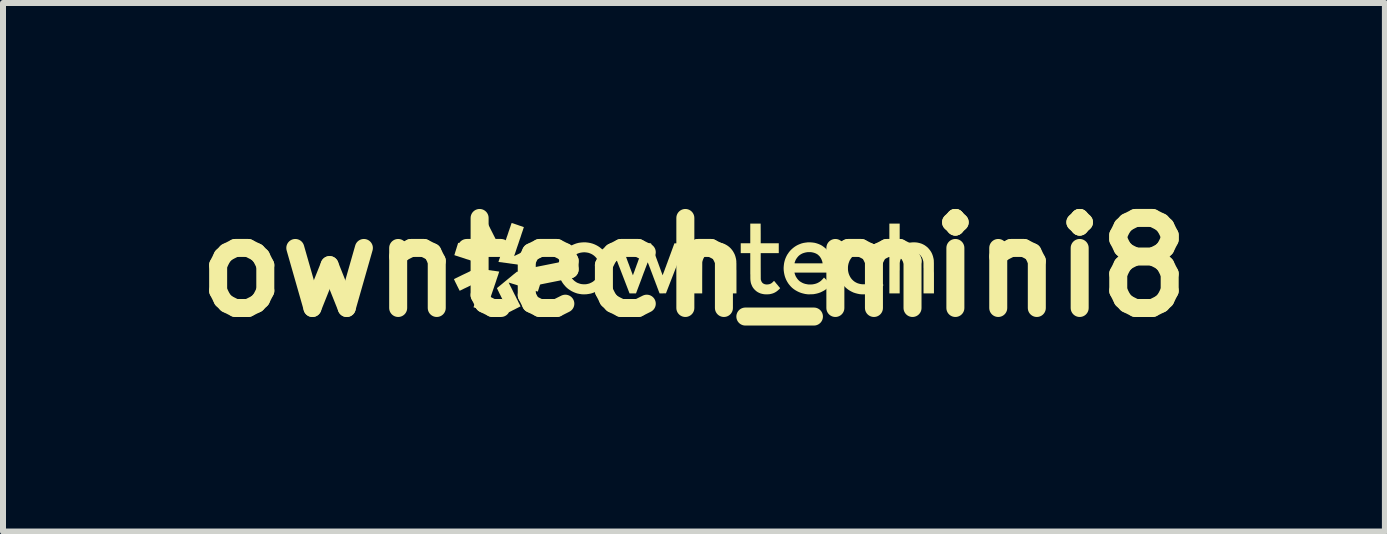
<source format=kicad_pcb>
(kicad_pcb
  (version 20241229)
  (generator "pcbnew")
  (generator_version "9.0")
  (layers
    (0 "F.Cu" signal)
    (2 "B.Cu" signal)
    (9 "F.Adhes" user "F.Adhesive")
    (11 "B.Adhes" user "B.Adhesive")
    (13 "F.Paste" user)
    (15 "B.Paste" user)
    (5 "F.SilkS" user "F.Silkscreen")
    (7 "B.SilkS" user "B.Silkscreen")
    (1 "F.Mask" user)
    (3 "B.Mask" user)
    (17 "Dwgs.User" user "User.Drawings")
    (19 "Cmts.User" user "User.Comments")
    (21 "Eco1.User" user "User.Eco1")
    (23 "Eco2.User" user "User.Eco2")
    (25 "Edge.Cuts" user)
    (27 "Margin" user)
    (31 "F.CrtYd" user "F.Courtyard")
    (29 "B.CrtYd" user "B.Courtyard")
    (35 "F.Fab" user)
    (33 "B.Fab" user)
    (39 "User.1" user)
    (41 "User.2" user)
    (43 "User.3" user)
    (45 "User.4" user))
  (footprint "owntech_mini8"
    (layer "F.Cu")
    (at 8.514 1.404)
    (property "Reference" "owntech_mini8" (at 0 0 0) (layer "F.SilkS") (effects (font (size 1.5 1.5) (thickness 0.3))))
    (attr board_only exclude_from_pos_files exclude_from_bom)
    (fp_poly (pts (xy 1.026 -0.728) (xy 1.112 -0.728) (xy 1.113 -0.564) (xy 1.113 -0.4) (xy 1.263 -0.4) (xy 1.414 -0.4) (xy 1.414 -0.318) (xy 1.414 -0.236) (xy 1.263 -0.236) (xy 1.113 -0.236) (xy 1.113 -0.018) (xy 1.114 0.201) (xy 1.117 0.213) (xy 1.123 0.23) (xy 1.13 0.245) (xy 1.14 0.258) (xy 1.151 0.268) (xy 1.165 0.276) (xy 1.18 0.282) (xy 1.184 0.283) (xy 1.201 0.286) (xy 1.22 0.287) (xy 1.238 0.285) (xy 1.256 0.282) (xy 1.273 0.276) (xy 1.279 0.273) (xy 1.29 0.267) (xy 1.3 0.26) (xy 1.31 0.251) (xy 1.321 0.24) (xy 1.321 0.24) (xy 1.326 0.235) (xy 1.33 0.231) (xy 1.334 0.228) (xy 1.335 0.226) (xy 1.335 0.226) (xy 1.336 0.227) (xy 1.339 0.23) (xy 1.343 0.235) (xy 1.349 0.242) (xy 1.356 0.25) (xy 1.363 0.259) (xy 1.372 0.27) (xy 1.381 0.281) (xy 1.385 0.285) (xy 1.394 0.296) (xy 1.403 0.307) (xy 1.411 0.317) (xy 1.418 0.326) (xy 1.425 0.333) (xy 1.43 0.339) (xy 1.433 0.344) (xy 1.435 0.346) (xy 1.435 0.346) (xy 1.436 0.347) (xy 1.436 0.349) (xy 1.435 0.351) (xy 1.433 0.353) (xy 1.429 0.357) (xy 1.424 0.363) (xy 1.422 0.365) (xy 1.4 0.385) (xy 1.379 0.402) (xy 1.357 0.416) (xy 1.334 0.428) (xy 1.31 0.437) (xy 1.284 0.444) (xy 1.257 0.449) (xy 1.252 0.45) (xy 1.245 0.45) (xy 1.237 0.45) (xy 1.227 0.451) (xy 1.216 0.451) (xy 1.205 0.451) (xy 1.194 0.451) (xy 1.183 0.45) (xy 1.175 0.45) (xy 1.168 0.449) (xy 1.168 0.449) (xy 1.14 0.444) (xy 1.113 0.437) (xy 1.088 0.427) (xy 1.064 0.415) (xy 1.043 0.401) (xy 1.023 0.384) (xy 1.005 0.366) (xy 0.988 0.345) (xy 0.974 0.323) (xy 0.963 0.299) (xy 0.953 0.274) (xy 0.946 0.247) (xy 0.945 0.236) (xy 0.944 0.232) (xy 0.943 0.228) (xy 0.943 0.224) (xy 0.942 0.219) (xy 0.942 0.214) (xy 0.941 0.209) (xy 0.941 0.203) (xy 0.941 0.195) (xy 0.94 0.187) (xy 0.94 0.178) (xy 0.94 0.167) (xy 0.94 0.155) (xy 0.94 0.141) (xy 0.94 0.125) (xy 0.939 0.108) (xy 0.939 0.088) (xy 0.939 0.066) (xy 0.939 0.041) (xy 0.939 0.014) (xy 0.939 -0.015) (xy 0.939 -0.022) (xy 0.939 -0.236) (xy 0.86 -0.236) (xy 0.78 -0.236) (xy 0.78 -0.318) (xy 0.78 -0.4) (xy 0.86 -0.4) (xy 0.939 -0.4) (xy 0.939 -0.564) (xy 0.939 -0.728)) (stroke (width 0) (type solid)) (fill yes) (layer "F.SilkS"))
    (fp_poly (pts (xy 0.388 -0.415) (xy 0.4 -0.415) (xy 0.412 -0.414) (xy 0.422 -0.413) (xy 0.432 -0.411) (xy 0.443 -0.409) (xy 0.455 -0.406) (xy 0.46 -0.405) (xy 0.489 -0.396) (xy 0.516 -0.385) (xy 0.542 -0.371) (xy 0.567 -0.355) (xy 0.59 -0.337) (xy 0.612 -0.316) (xy 0.631 -0.294) (xy 0.649 -0.27) (xy 0.664 -0.244) (xy 0.678 -0.217) (xy 0.689 -0.188) (xy 0.697 -0.158) (xy 0.703 -0.133) (xy 0.703 -0.129) (xy 0.704 -0.124) (xy 0.705 -0.12) (xy 0.705 -0.115) (xy 0.706 -0.11) (xy 0.706 -0.105) (xy 0.707 -0.099) (xy 0.707 -0.091) (xy 0.707 -0.083) (xy 0.707 -0.074) (xy 0.708 -0.064) (xy 0.708 -0.052) (xy 0.708 -0.039) (xy 0.708 -0.024) (xy 0.708 -0.008) (xy 0.708 0.011) (xy 0.708 0.032) (xy 0.709 0.054) (xy 0.709 0.079) (xy 0.709 0.107) (xy 0.709 0.137) (xy 0.709 0.17) (xy 0.709 0.18) (xy 0.709 0.435) (xy 0.622 0.435) (xy 0.535 0.435) (xy 0.535 0.177) (xy 0.534 0.145) (xy 0.534 0.115) (xy 0.534 0.089) (xy 0.534 0.064) (xy 0.534 0.043) (xy 0.534 0.023) (xy 0.534 0.005) (xy 0.534 -0.01) (xy 0.534 -0.024) (xy 0.534 -0.036) (xy 0.534 -0.046) (xy 0.534 -0.055) (xy 0.534 -0.063) (xy 0.533 -0.069) (xy 0.533 -0.075) (xy 0.533 -0.079) (xy 0.533 -0.083) (xy 0.533 -0.086) (xy 0.532 -0.089) (xy 0.532 -0.091) (xy 0.532 -0.093) (xy 0.531 -0.095) (xy 0.531 -0.097) (xy 0.525 -0.122) (xy 0.517 -0.144) (xy 0.506 -0.165) (xy 0.494 -0.184) (xy 0.48 -0.2) (xy 0.464 -0.215) (xy 0.445 -0.227) (xy 0.425 -0.237) (xy 0.404 -0.245) (xy 0.38 -0.25) (xy 0.378 -0.25) (xy 0.369 -0.251) (xy 0.359 -0.252) (xy 0.347 -0.252) (xy 0.335 -0.253) (xy 0.324 -0.252) (xy 0.314 -0.252) (xy 0.309 -0.251) (xy 0.284 -0.246) (xy 0.261 -0.239) (xy 0.239 -0.229) (xy 0.22 -0.218) (xy 0.202 -0.204) (xy 0.186 -0.187) (xy 0.172 -0.169) (xy 0.16 -0.149) (xy 0.151 -0.127) (xy 0.143 -0.103) (xy 0.142 -0.098) (xy 0.139 -0.084) (xy 0.138 0.176) (xy 0.138 0.435) (xy 0.052 0.435) (xy -0.034 0.435) (xy -0.034 0.018) (xy -0.034 -0.4) (xy 0.052 -0.4) (xy 0.138 -0.4) (xy 0.138 -0.366) (xy 0.138 -0.331) (xy 0.148 -0.34) (xy 0.167 -0.354) (xy 0.189 -0.368) (xy 0.212 -0.38) (xy 0.236 -0.391) (xy 0.26 -0.399) (xy 0.285 -0.406) (xy 0.292 -0.408) (xy 0.304 -0.41) (xy 0.314 -0.412) (xy 0.324 -0.413) (xy 0.334 -0.414) (xy 0.344 -0.415) (xy 0.356 -0.415) (xy 0.37 -0.415) (xy 0.373 -0.415)) (stroke (width 0) (type solid)) (fill yes) (layer "F.SilkS"))
    (fp_poly (pts (xy 3.429 -0.53) (xy 3.429 -0.331) (xy 3.44 -0.34) (xy 3.458 -0.354) (xy 3.479 -0.367) (xy 3.501 -0.379) (xy 3.525 -0.39) (xy 3.548 -0.399) (xy 3.572 -0.405) (xy 3.578 -0.407) (xy 3.609 -0.412) (xy 3.641 -0.415) (xy 3.673 -0.416) (xy 3.705 -0.414) (xy 3.732 -0.41) (xy 3.762 -0.403) (xy 3.791 -0.394) (xy 3.818 -0.382) (xy 3.844 -0.368) (xy 3.868 -0.351) (xy 3.891 -0.333) (xy 3.911 -0.312) (xy 3.93 -0.289) (xy 3.947 -0.265) (xy 3.962 -0.239) (xy 3.974 -0.211) (xy 3.984 -0.182) (xy 3.991 -0.152) (xy 3.992 -0.148) (xy 3.993 -0.144) (xy 3.994 -0.14) (xy 3.995 -0.136) (xy 3.995 -0.132) (xy 3.996 -0.129) (xy 3.996 -0.124) (xy 3.997 -0.12) (xy 3.997 -0.114) (xy 3.998 -0.109) (xy 3.998 -0.102) (xy 3.998 -0.094) (xy 3.998 -0.085) (xy 3.999 -0.075) (xy 3.999 -0.064) (xy 3.999 -0.051) (xy 3.999 -0.036) (xy 3.999 -0.02) (xy 3.999 -0.001) (xy 3.999 0.019) (xy 3.999 0.042) (xy 3.999 0.067) (xy 4 0.094) (xy 4 0.124) (xy 4 0.157) (xy 4 0.165) (xy 4 0.435) (xy 3.913 0.435) (xy 3.826 0.435) (xy 3.826 0.176) (xy 3.826 0.144) (xy 3.826 0.114) (xy 3.826 0.087) (xy 3.826 0.063) (xy 3.826 0.041) (xy 3.826 0.021) (xy 3.825 0.003) (xy 3.825 -0.013) (xy 3.825 -0.027) (xy 3.825 -0.039) (xy 3.825 -0.049) (xy 3.825 -0.058) (xy 3.825 -0.066) (xy 3.825 -0.072) (xy 3.824 -0.078) (xy 3.824 -0.082) (xy 3.824 -0.086) (xy 3.824 -0.089) (xy 3.824 -0.091) (xy 3.823 -0.093) (xy 3.823 -0.095) (xy 3.817 -0.12) (xy 3.809 -0.143) (xy 3.799 -0.164) (xy 3.787 -0.182) (xy 3.773 -0.199) (xy 3.757 -0.213) (xy 3.739 -0.225) (xy 3.725 -0.233) (xy 3.707 -0.24) (xy 3.69 -0.246) (xy 3.672 -0.25) (xy 3.652 -0.252) (xy 3.632 -0.253) (xy 3.607 -0.251) (xy 3.584 -0.248) (xy 3.561 -0.242) (xy 3.54 -0.234) (xy 3.52 -0.223) (xy 3.514 -0.22) (xy 3.505 -0.213) (xy 3.496 -0.205) (xy 3.486 -0.195) (xy 3.476 -0.185) (xy 3.468 -0.175) (xy 3.461 -0.166) (xy 3.46 -0.165) (xy 3.449 -0.144) (xy 3.441 -0.123) (xy 3.434 -0.1) (xy 3.431 -0.08) (xy 3.431 -0.076) (xy 3.43 -0.071) (xy 3.43 -0.063) (xy 3.43 -0.052) (xy 3.43 -0.039) (xy 3.43 -0.024) (xy 3.43 -0.006) (xy 3.43 0.015) (xy 3.43 0.039) (xy 3.429 0.065) (xy 3.429 0.094) (xy 3.429 0.125) (xy 3.429 0.16) (xy 3.429 0.184) (xy 3.429 0.435) (xy 3.343 0.435) (xy 3.257 0.435) (xy 3.257 -0.147) (xy 3.257 -0.728) (xy 3.343 -0.728) (xy 3.429 -0.728)) (stroke (width 0) (type solid)) (fill yes) (layer "F.SilkS"))
    (fp_poly (pts (xy -1.798 -0.415) (xy -1.763 -0.411) (xy -1.729 -0.405) (xy -1.696 -0.396) (xy -1.689 -0.394) (xy -1.657 -0.382) (xy -1.625 -0.367) (xy -1.595 -0.35) (xy -1.567 -0.331) (xy -1.54 -0.309) (xy -1.516 -0.286) (xy -1.493 -0.261) (xy -1.473 -0.234) (xy -1.454 -0.206) (xy -1.438 -0.176) (xy -1.425 -0.145) (xy -1.414 -0.112) (xy -1.405 -0.079) (xy -1.402 -0.063) (xy -1.398 -0.032) (xy -1.396 0.001) (xy -1.396 0.033) (xy -1.398 0.065) (xy -1.403 0.096) (xy -1.404 0.105) (xy -1.413 0.14) (xy -1.424 0.173) (xy -1.437 0.206) (xy -1.453 0.236) (xy -1.471 0.266) (xy -1.492 0.293) (xy -1.515 0.319) (xy -1.54 0.343) (xy -1.566 0.365) (xy -1.586 0.379) (xy -1.616 0.398) (xy -1.647 0.413) (xy -1.68 0.426) (xy -1.714 0.437) (xy -1.749 0.444) (xy -1.785 0.449) (xy -1.786 0.45) (xy -1.793 0.45) (xy -1.803 0.45) (xy -1.814 0.451) (xy -1.827 0.451) (xy -1.839 0.451) (xy -1.851 0.451) (xy -1.862 0.45) (xy -1.871 0.45) (xy -1.875 0.449) (xy -1.909 0.444) (xy -1.943 0.437) (xy -1.976 0.426) (xy -2.008 0.413) (xy -2.038 0.398) (xy -2.067 0.38) (xy -2.095 0.361) (xy -2.121 0.339) (xy -2.145 0.315) (xy -2.167 0.289) (xy -2.188 0.261) (xy -2.206 0.231) (xy -2.222 0.2) (xy -2.231 0.177) (xy -2.24 0.155) (xy -2.247 0.132) (xy -2.252 0.109) (xy -2.257 0.085) (xy -2.258 0.08) (xy -2.259 0.068) (xy -2.26 0.054) (xy -2.261 0.038) (xy -2.261 0.022) (xy -2.261 0.018) (xy -2.085 0.018) (xy -2.084 0.046) (xy -2.08 0.073) (xy -2.073 0.1) (xy -2.064 0.126) (xy -2.055 0.148) (xy -2.043 0.169) (xy -2.028 0.19) (xy -2.011 0.209) (xy -1.992 0.227) (xy -1.971 0.242) (xy -1.952 0.254) (xy -1.938 0.261) (xy -1.921 0.267) (xy -1.904 0.273) (xy -1.886 0.278) (xy -1.869 0.281) (xy -1.865 0.281) (xy -1.858 0.282) (xy -1.849 0.283) (xy -1.838 0.283) (xy -1.827 0.283) (xy -1.816 0.283) (xy -1.806 0.283) (xy -1.798 0.282) (xy -1.795 0.282) (xy -1.783 0.28) (xy -1.77 0.277) (xy -1.756 0.274) (xy -1.743 0.27) (xy -1.732 0.266) (xy -1.731 0.265) (xy -1.707 0.254) (xy -1.684 0.241) (xy -1.664 0.225) (xy -1.644 0.207) (xy -1.627 0.187) (xy -1.612 0.165) (xy -1.601 0.146) (xy -1.59 0.121) (xy -1.582 0.097) (xy -1.576 0.072) (xy -1.572 0.045) (xy -1.571 0.035) (xy -1.571 0.006) (xy -1.573 -0.022) (xy -1.578 -0.05) (xy -1.585 -0.077) (xy -1.595 -0.103) (xy -1.6 -0.112) (xy -1.613 -0.136) (xy -1.628 -0.157) (xy -1.646 -0.177) (xy -1.665 -0.194) (xy -1.686 -0.209) (xy -1.709 -0.222) (xy -1.732 -0.232) (xy -1.758 -0.241) (xy -1.784 -0.246) (xy -1.812 -0.249) (xy -1.829 -0.25) (xy -1.857 -0.248) (xy -1.884 -0.244) (xy -1.91 -0.238) (xy -1.935 -0.229) (xy -1.958 -0.218) (xy -1.98 -0.204) (xy -2 -0.188) (xy -2.018 -0.17) (xy -2.034 -0.15) (xy -2.049 -0.128) (xy -2.056 -0.115) (xy -2.067 -0.09) (xy -2.075 -0.064) (xy -2.081 -0.037) (xy -2.084 -0.01) (xy -2.085 0.018) (xy -2.261 0.018) (xy -2.261 0.006) (xy -2.261 -0.01) (xy -2.26 -0.024) (xy -2.26 -0.034) (xy -2.254 -0.069) (xy -2.246 -0.104) (xy -2.235 -0.137) (xy -2.222 -0.169) (xy -2.206 -0.2) (xy -2.188 -0.229) (xy -2.167 -0.257) (xy -2.144 -0.283) (xy -2.138 -0.29) (xy -2.112 -0.314) (xy -2.084 -0.335) (xy -2.055 -0.354) (xy -2.025 -0.371) (xy -1.993 -0.385) (xy -1.96 -0.397) (xy -1.926 -0.406) (xy -1.903 -0.41) (xy -1.868 -0.414) (xy -1.833 -0.416)) (stroke (width 0) (type solid)) (fill yes) (layer "F.SilkS"))
    (fp_poly (pts (xy 1.947 -0.415) (xy 1.982 -0.412) (xy 2.015 -0.407) (xy 2.048 -0.398) (xy 2.079 -0.387) (xy 2.109 -0.374) (xy 2.138 -0.358) (xy 2.147 -0.351) (xy 2.173 -0.332) (xy 2.198 -0.311) (xy 2.22 -0.287) (xy 2.24 -0.262) (xy 2.258 -0.235) (xy 2.274 -0.206) (xy 2.288 -0.176) (xy 2.299 -0.145) (xy 2.307 -0.112) (xy 2.314 -0.078) (xy 2.315 -0.069) (xy 2.317 -0.052) (xy 2.318 -0.037) (xy 2.318 -0.022) (xy 2.318 -0.007) (xy 2.317 0.009) (xy 2.315 0.026) (xy 2.313 0.044) (xy 2.31 0.064) (xy 2.306 0.088) (xy 1.991 0.089) (xy 1.675 0.089) (xy 1.677 0.095) (xy 1.68 0.106) (xy 1.684 0.119) (xy 1.689 0.132) (xy 1.694 0.145) (xy 1.698 0.153) (xy 1.712 0.176) (xy 1.727 0.197) (xy 1.744 0.216) (xy 1.763 0.233) (xy 1.785 0.247) (xy 1.808 0.26) (xy 1.832 0.27) (xy 1.859 0.278) (xy 1.887 0.283) (xy 1.897 0.285) (xy 1.905 0.286) (xy 1.915 0.286) (xy 1.926 0.286) (xy 1.938 0.286) (xy 1.95 0.286) (xy 1.961 0.286) (xy 1.97 0.285) (xy 1.977 0.285) (xy 2.005 0.28) (xy 2.032 0.273) (xy 2.056 0.264) (xy 2.079 0.252) (xy 2.1 0.239) (xy 2.12 0.223) (xy 2.139 0.204) (xy 2.152 0.19) (xy 2.168 0.171) (xy 2.225 0.229) (xy 2.282 0.287) (xy 2.273 0.298) (xy 2.249 0.324) (xy 2.224 0.347) (xy 2.198 0.369) (xy 2.169 0.388) (xy 2.139 0.404) (xy 2.108 0.419) (xy 2.074 0.431) (xy 2.039 0.44) (xy 2.002 0.447) (xy 2 0.448) (xy 1.995 0.448) (xy 1.987 0.449) (xy 1.978 0.449) (xy 1.967 0.45) (xy 1.955 0.45) (xy 1.943 0.45) (xy 1.931 0.451) (xy 1.92 0.451) (xy 1.909 0.451) (xy 1.901 0.451) (xy 1.894 0.45) (xy 1.892 0.45) (xy 1.854 0.445) (xy 1.819 0.437) (xy 1.784 0.427) (xy 1.751 0.414) (xy 1.72 0.399) (xy 1.69 0.382) (xy 1.662 0.363) (xy 1.635 0.341) (xy 1.611 0.317) (xy 1.588 0.29) (xy 1.572 0.269) (xy 1.554 0.24) (xy 1.538 0.21) (xy 1.525 0.179) (xy 1.514 0.147) (xy 1.506 0.114) (xy 1.5 0.081) (xy 1.496 0.047) (xy 1.495 0.013) (xy 1.497 -0.021) (xy 1.501 -0.055) (xy 1.503 -0.068) (xy 1.676 -0.068) (xy 1.676 -0.068) (xy 1.677 -0.068) (xy 1.678 -0.067) (xy 1.679 -0.067) (xy 1.681 -0.067) (xy 1.684 -0.067) (xy 1.688 -0.066) (xy 1.693 -0.066) (xy 1.699 -0.066) (xy 1.707 -0.066) (xy 1.716 -0.066) (xy 1.727 -0.066) (xy 1.739 -0.066) (xy 1.753 -0.066) (xy 1.77 -0.066) (xy 1.788 -0.066) (xy 1.809 -0.066) (xy 1.832 -0.066) (xy 1.858 -0.066) (xy 1.887 -0.066) (xy 1.911 -0.066) (xy 2.145 -0.066) (xy 2.144 -0.07) (xy 2.138 -0.098) (xy 2.129 -0.123) (xy 2.119 -0.145) (xy 2.106 -0.166) (xy 2.092 -0.185) (xy 2.075 -0.201) (xy 2.063 -0.212) (xy 2.045 -0.223) (xy 2.025 -0.233) (xy 2.003 -0.241) (xy 1.98 -0.247) (xy 1.958 -0.251) (xy 1.95 -0.252) (xy 1.94 -0.252) (xy 1.929 -0.252) (xy 1.917 -0.252) (xy 1.905 -0.252) (xy 1.895 -0.252) (xy 1.887 -0.251) (xy 1.885 -0.251) (xy 1.858 -0.246) (xy 1.832 -0.239) (xy 1.807 -0.23) (xy 1.784 -0.218) (xy 1.763 -0.204) (xy 1.744 -0.188) (xy 1.727 -0.169) (xy 1.712 -0.149) (xy 1.698 -0.127) (xy 1.695 -0.12) (xy 1.692 -0.114) (xy 1.689 -0.106) (xy 1.686 -0.098) (xy 1.683 -0.09) (xy 1.68 -0.082) (xy 1.678 -0.076) (xy 1.677 -0.071) (xy 1.676 -0.068) (xy 1.503 -0.068) (xy 1.507 -0.088) (xy 1.516 -0.121) (xy 1.527 -0.152) (xy 1.541 -0.183) (xy 1.557 -0.213) (xy 1.562 -0.219) (xy 1.582 -0.249) (xy 1.604 -0.276) (xy 1.628 -0.3) (xy 1.653 -0.322) (xy 1.681 -0.343) (xy 1.71 -0.361) (xy 1.735 -0.374) (xy 1.766 -0.387) (xy 1.796 -0.398) (xy 1.828 -0.406) (xy 1.86 -0.411) (xy 1.893 -0.415) (xy 1.911 -0.416)) (stroke (width 0) (type solid)) (fill yes) (layer "F.SilkS"))
    (fp_poly (pts (xy -2.945 0.072) (xy -2.941 0.074) (xy -2.935 0.075) (xy -2.926 0.078) (xy -2.915 0.081) (xy -2.903 0.085) (xy -2.888 0.09) (xy -2.873 0.094) (xy -2.856 0.1) (xy -2.837 0.105) (xy -2.818 0.111) (xy -2.799 0.117) (xy -2.778 0.123) (xy -2.758 0.13) (xy -2.737 0.136) (xy -2.717 0.143) (xy -2.696 0.149) (xy -2.676 0.155) (xy -2.657 0.161) (xy -2.638 0.167) (xy -2.62 0.173) (xy -2.604 0.178) (xy -2.589 0.183) (xy -2.575 0.187) (xy -2.563 0.191) (xy -2.553 0.194) (xy -2.545 0.196) (xy -2.54 0.198) (xy -2.537 0.199) (xy -2.536 0.199) (xy -2.537 0.201) (xy -2.538 0.205) (xy -2.54 0.211) (xy -2.542 0.219) (xy -2.545 0.229) (xy -2.549 0.24) (xy -2.553 0.253) (xy -2.557 0.266) (xy -2.561 0.281) (xy -2.566 0.295) (xy -2.571 0.31) (xy -2.575 0.324) (xy -2.58 0.338) (xy -2.584 0.352) (xy -2.588 0.365) (xy -2.592 0.376) (xy -2.595 0.386) (xy -2.598 0.394) (xy -2.6 0.4) (xy -2.601 0.404) (xy -2.602 0.406) (xy -2.602 0.406) (xy -2.604 0.405) (xy -2.608 0.404) (xy -2.614 0.402) (xy -2.623 0.399) (xy -2.635 0.396) (xy -2.648 0.392) (xy -2.663 0.387) (xy -2.68 0.382) (xy -2.699 0.376) (xy -2.719 0.369) (xy -2.74 0.363) (xy -2.763 0.356) (xy -2.787 0.348) (xy -2.812 0.34) (xy -2.837 0.332) (xy -2.845 0.33) (xy -2.871 0.322) (xy -2.896 0.314) (xy -2.92 0.306) (xy -2.943 0.299) (xy -2.965 0.292) (xy -2.985 0.286) (xy -3.004 0.28) (xy -3.022 0.275) (xy -3.038 0.27) (xy -3.051 0.265) (xy -3.063 0.262) (xy -3.073 0.259) (xy -3.08 0.257) (xy -3.085 0.255) (xy -3.087 0.255) (xy -3.087 0.255) (xy -3.087 0.256) (xy -3.085 0.26) (xy -3.082 0.266) (xy -3.078 0.274) (xy -3.073 0.285) (xy -3.067 0.297) (xy -3.06 0.311) (xy -3.052 0.326) (xy -3.043 0.343) (xy -3.034 0.362) (xy -3.024 0.381) (xy -3.014 0.402) (xy -3.003 0.424) (xy -2.992 0.446) (xy -2.989 0.453) (xy -2.977 0.475) (xy -2.966 0.497) (xy -2.956 0.518) (xy -2.946 0.538) (xy -2.936 0.556) (xy -2.928 0.574) (xy -2.92 0.59) (xy -2.912 0.605) (xy -2.906 0.617) (xy -2.9 0.628) (xy -2.896 0.637) (xy -2.893 0.644) (xy -2.89 0.649) (xy -2.889 0.651) (xy -2.889 0.651) (xy -2.891 0.652) (xy -2.894 0.654) (xy -2.9 0.657) (xy -2.908 0.661) (xy -2.917 0.665) (xy -2.927 0.671) (xy -2.939 0.677) (xy -2.952 0.683) (xy -2.965 0.69) (xy -2.978 0.697) (xy -2.992 0.704) (xy -3.006 0.711) (xy -3.019 0.717) (xy -3.032 0.724) (xy -3.043 0.73) (xy -3.054 0.735) (xy -3.063 0.74) (xy -3.071 0.743) (xy -3.077 0.746) (xy -3.081 0.748) (xy -3.082 0.749) (xy -3.083 0.747) (xy -3.085 0.744) (xy -3.088 0.738) (xy -3.092 0.729) (xy -3.097 0.719) (xy -3.104 0.707) (xy -3.111 0.693) (xy -3.119 0.677) (xy -3.127 0.66) (xy -3.136 0.642) (xy -3.146 0.622) (xy -3.157 0.602) (xy -3.168 0.58) (xy -3.179 0.558) (xy -3.183 0.549) (xy -3.199 0.519) (xy -3.213 0.491) (xy -3.225 0.466) (xy -3.237 0.443) (xy -3.247 0.423) (xy -3.255 0.405) (xy -3.263 0.39) (xy -3.269 0.377) (xy -3.274 0.366) (xy -3.278 0.358) (xy -3.281 0.352) (xy -3.282 0.349) (xy -3.282 0.348) (xy -3.281 0.347) (xy -3.278 0.344) (xy -3.273 0.339) (xy -3.265 0.333) (xy -3.257 0.326) (xy -3.246 0.318) (xy -3.235 0.308) (xy -3.222 0.298) (xy -3.208 0.286) (xy -3.193 0.274) (xy -3.178 0.261) (xy -3.162 0.248) (xy -3.145 0.234) (xy -3.129 0.221) (xy -3.112 0.207) (xy -3.095 0.193) (xy -3.078 0.179) (xy -3.062 0.166) (xy -3.046 0.153) (xy -3.031 0.14) (xy -3.016 0.128) (xy -3.003 0.117) (xy -2.99 0.107) (xy -2.979 0.098) (xy -2.969 0.09) (xy -2.961 0.084) (xy -2.955 0.078) (xy -2.95 0.075) (xy -2.947 0.072) (xy -2.947 0.072)) (stroke (width 0) (type solid)) (fill yes) (layer "F.SilkS"))
    (fp_poly (pts (xy -3.445 -0.747) (xy -3.444 -0.746) (xy -3.444 -0.745) (xy -3.441 -0.741) (xy -3.438 -0.735) (xy -3.434 -0.726) (xy -3.429 -0.716) (xy -3.423 -0.704) (xy -3.416 -0.691) (xy -3.408 -0.676) (xy -3.4 -0.66) (xy -3.392 -0.642) (xy -3.382 -0.624) (xy -3.373 -0.605) (xy -3.363 -0.586) (xy -3.353 -0.566) (xy -3.343 -0.546) (xy -3.333 -0.526) (xy -3.323 -0.507) (xy -3.313 -0.487) (xy -3.304 -0.468) (xy -3.294 -0.45) (xy -3.286 -0.432) (xy -3.277 -0.415) (xy -3.27 -0.4) (xy -3.262 -0.386) (xy -3.256 -0.373) (xy -3.251 -0.362) (xy -3.246 -0.353) (xy -3.243 -0.346) (xy -3.24 -0.341) (xy -3.239 -0.339) (xy -3.239 -0.339) (xy -3.24 -0.338) (xy -3.243 -0.335) (xy -3.249 -0.33) (xy -3.256 -0.324) (xy -3.264 -0.317) (xy -3.275 -0.308) (xy -3.287 -0.298) (xy -3.3 -0.287) (xy -3.315 -0.275) (xy -3.33 -0.262) (xy -3.347 -0.248) (xy -3.365 -0.233) (xy -3.383 -0.218) (xy -3.402 -0.202) (xy -3.402 -0.202) (xy -3.424 -0.184) (xy -3.445 -0.167) (xy -3.464 -0.151) (xy -3.482 -0.136) (xy -3.499 -0.122) (xy -3.514 -0.11) (xy -3.527 -0.099) (xy -3.539 -0.089) (xy -3.549 -0.081) (xy -3.557 -0.075) (xy -3.563 -0.07) (xy -3.567 -0.067) (xy -3.569 -0.066) (xy -3.569 -0.066) (xy -3.57 -0.066) (xy -3.575 -0.068) (xy -3.582 -0.07) (xy -3.591 -0.073) (xy -3.602 -0.076) (xy -3.615 -0.08) (xy -3.63 -0.085) (xy -3.647 -0.09) (xy -3.666 -0.096) (xy -3.685 -0.103) (xy -3.706 -0.109) (xy -3.728 -0.116) (xy -3.751 -0.124) (xy -3.775 -0.131) (xy -3.782 -0.133) (xy -3.806 -0.141) (xy -3.829 -0.149) (xy -3.851 -0.156) (xy -3.872 -0.163) (xy -3.892 -0.169) (xy -3.911 -0.175) (xy -3.928 -0.181) (xy -3.943 -0.186) (xy -3.957 -0.19) (xy -3.969 -0.194) (xy -3.978 -0.197) (xy -3.985 -0.2) (xy -3.99 -0.201) (xy -3.992 -0.202) (xy -3.992 -0.202) (xy -3.992 -0.204) (xy -3.991 -0.208) (xy -3.989 -0.214) (xy -3.986 -0.222) (xy -3.983 -0.232) (xy -3.98 -0.244) (xy -3.976 -0.256) (xy -3.972 -0.27) (xy -3.967 -0.284) (xy -3.963 -0.299) (xy -3.958 -0.313) (xy -3.954 -0.328) (xy -3.949 -0.342) (xy -3.945 -0.356) (xy -3.941 -0.368) (xy -3.938 -0.379) (xy -3.934 -0.389) (xy -3.932 -0.397) (xy -3.93 -0.403) (xy -3.929 -0.407) (xy -3.928 -0.408) (xy -3.927 -0.408) (xy -3.923 -0.406) (xy -3.916 -0.404) (xy -3.907 -0.402) (xy -3.896 -0.398) (xy -3.883 -0.394) (xy -3.868 -0.389) (xy -3.851 -0.384) (xy -3.832 -0.378) (xy -3.812 -0.372) (xy -3.791 -0.365) (xy -3.768 -0.358) (xy -3.744 -0.351) (xy -3.719 -0.343) (xy -3.694 -0.335) (xy -3.684 -0.332) (xy -3.658 -0.324) (xy -3.633 -0.316) (xy -3.609 -0.308) (xy -3.586 -0.301) (xy -3.564 -0.294) (xy -3.543 -0.288) (xy -3.524 -0.282) (xy -3.507 -0.276) (xy -3.491 -0.271) (xy -3.477 -0.267) (xy -3.465 -0.263) (xy -3.455 -0.26) (xy -3.448 -0.258) (xy -3.443 -0.257) (xy -3.44 -0.256) (xy -3.44 -0.256) (xy -3.441 -0.257) (xy -3.443 -0.261) (xy -3.446 -0.267) (xy -3.45 -0.275) (xy -3.455 -0.286) (xy -3.461 -0.298) (xy -3.468 -0.312) (xy -3.476 -0.327) (xy -3.485 -0.344) (xy -3.494 -0.363) (xy -3.504 -0.382) (xy -3.514 -0.403) (xy -3.525 -0.424) (xy -3.536 -0.447) (xy -3.539 -0.452) (xy -3.55 -0.475) (xy -3.561 -0.497) (xy -3.572 -0.518) (xy -3.582 -0.537) (xy -3.591 -0.556) (xy -3.6 -0.574) (xy -3.608 -0.59) (xy -3.615 -0.604) (xy -3.622 -0.617) (xy -3.627 -0.628) (xy -3.631 -0.637) (xy -3.635 -0.644) (xy -3.637 -0.648) (xy -3.638 -0.65) (xy -3.638 -0.65) (xy -3.637 -0.651) (xy -3.633 -0.654) (xy -3.627 -0.657) (xy -3.619 -0.661) (xy -3.61 -0.666) (xy -3.598 -0.672) (xy -3.586 -0.678) (xy -3.572 -0.686) (xy -3.557 -0.693) (xy -3.542 -0.701) (xy -3.524 -0.71) (xy -3.508 -0.718) (xy -3.495 -0.724) (xy -3.483 -0.73) (xy -3.474 -0.735) (xy -3.466 -0.739) (xy -3.46 -0.742) (xy -3.455 -0.744) (xy -3.451 -0.745) (xy -3.449 -0.746) (xy -3.447 -0.747) (xy -3.445 -0.747)) (stroke (width 0) (type solid)) (fill yes) (layer "F.SilkS"))
    (fp_poly (pts (xy -3.626 0.019) (xy -3.622 0.02) (xy -3.614 0.021) (xy -3.605 0.022) (xy -3.593 0.024) (xy -3.579 0.025) (xy -3.564 0.027) (xy -3.546 0.03) (xy -3.528 0.032) (xy -3.508 0.035) (xy -3.486 0.038) (xy -3.464 0.041) (xy -3.441 0.044) (xy -3.434 0.045) (xy -3.406 0.049) (xy -3.381 0.052) (xy -3.358 0.056) (xy -3.338 0.058) (xy -3.32 0.061) (xy -3.304 0.063) (xy -3.291 0.065) (xy -3.279 0.067) (xy -3.27 0.068) (xy -3.262 0.069) (xy -3.256 0.071) (xy -3.251 0.071) (xy -3.248 0.072) (xy -3.246 0.073) (xy -3.245 0.073) (xy -3.245 0.073) (xy -3.245 0.075) (xy -3.247 0.079) (xy -3.249 0.086) (xy -3.252 0.095) (xy -3.256 0.106) (xy -3.26 0.12) (xy -3.265 0.135) (xy -3.271 0.152) (xy -3.277 0.17) (xy -3.284 0.19) (xy -3.291 0.211) (xy -3.298 0.234) (xy -3.306 0.257) (xy -3.314 0.281) (xy -3.323 0.306) (xy -3.331 0.331) (xy -3.34 0.357) (xy -3.349 0.383) (xy -3.358 0.409) (xy -3.367 0.436) (xy -3.376 0.462) (xy -3.384 0.487) (xy -3.393 0.512) (xy -3.401 0.537) (xy -3.409 0.561) (xy -3.417 0.584) (xy -3.425 0.606) (xy -3.432 0.626) (xy -3.438 0.646) (xy -3.444 0.664) (xy -3.45 0.68) (xy -3.455 0.694) (xy -3.459 0.707) (xy -3.463 0.717) (xy -3.466 0.726) (xy -3.468 0.731) (xy -3.469 0.735) (xy -3.469 0.736) (xy -3.471 0.735) (xy -3.475 0.734) (xy -3.482 0.732) (xy -3.49 0.729) (xy -3.501 0.725) (xy -3.513 0.721) (xy -3.526 0.717) (xy -3.541 0.712) (xy -3.557 0.706) (xy -3.571 0.701) (xy -3.588 0.696) (xy -3.603 0.69) (xy -3.618 0.685) (xy -3.631 0.681) (xy -3.643 0.677) (xy -3.653 0.673) (xy -3.662 0.67) (xy -3.668 0.668) (xy -3.672 0.667) (xy -3.673 0.666) (xy -3.672 0.665) (xy -3.671 0.661) (xy -3.669 0.654) (xy -3.666 0.646) (xy -3.662 0.634) (xy -3.658 0.621) (xy -3.653 0.606) (xy -3.648 0.59) (xy -3.641 0.571) (xy -3.635 0.551) (xy -3.628 0.53) (xy -3.62 0.508) (xy -3.612 0.485) (xy -3.604 0.46) (xy -3.596 0.436) (xy -3.587 0.411) (xy -3.579 0.387) (xy -3.571 0.364) (xy -3.564 0.341) (xy -3.557 0.32) (xy -3.55 0.301) (xy -3.544 0.282) (xy -3.538 0.266) (xy -3.533 0.251) (xy -3.529 0.238) (xy -3.526 0.227) (xy -3.523 0.218) (xy -3.521 0.212) (xy -3.519 0.208) (xy -3.519 0.206) (xy -3.52 0.207) (xy -3.524 0.209) (xy -3.53 0.211) (xy -3.539 0.215) (xy -3.549 0.22) (xy -3.561 0.226) (xy -3.575 0.233) (xy -3.591 0.241) (xy -3.608 0.249) (xy -3.626 0.258) (xy -3.646 0.267) (xy -3.667 0.277) (xy -3.688 0.287) (xy -3.71 0.298) (xy -3.711 0.298) (xy -3.733 0.309) (xy -3.755 0.32) (xy -3.775 0.33) (xy -3.795 0.339) (xy -3.813 0.348) (xy -3.831 0.356) (xy -3.846 0.364) (xy -3.86 0.371) (xy -3.873 0.377) (xy -3.883 0.382) (xy -3.892 0.386) (xy -3.898 0.389) (xy -3.902 0.391) (xy -3.904 0.392) (xy -3.904 0.392) (xy -3.904 0.39) (xy -3.906 0.387) (xy -3.909 0.381) (xy -3.913 0.373) (xy -3.918 0.364) (xy -3.923 0.353) (xy -3.929 0.342) (xy -3.935 0.329) (xy -3.942 0.316) (xy -3.949 0.302) (xy -3.955 0.288) (xy -3.962 0.275) (xy -3.969 0.261) (xy -3.975 0.249) (xy -3.981 0.237) (xy -3.986 0.226) (xy -3.99 0.217) (xy -3.994 0.209) (xy -3.997 0.203) (xy -3.999 0.199) (xy -3.999 0.198) (xy -3.998 0.197) (xy -3.994 0.195) (xy -3.988 0.192) (xy -3.98 0.188) (xy -3.97 0.183) (xy -3.958 0.177) (xy -3.945 0.171) (xy -3.931 0.164) (xy -3.915 0.156) (xy -3.898 0.148) (xy -3.88 0.139) (xy -3.862 0.13) (xy -3.843 0.121) (xy -3.824 0.112) (xy -3.805 0.103) (xy -3.786 0.094) (xy -3.767 0.085) (xy -3.749 0.076) (xy -3.731 0.067) (xy -3.714 0.059) (xy -3.698 0.052) (xy -3.684 0.045) (xy -3.67 0.038) (xy -3.658 0.033) (xy -3.648 0.028) (xy -3.64 0.024) (xy -3.634 0.021) (xy -3.63 0.02) (xy -3.628 0.019)) (stroke (width 0) (type solid)) (fill yes) (layer "F.SilkS"))
    (fp_poly (pts (xy 2.842 -0.415) (xy 2.855 -0.415) (xy 2.867 -0.414) (xy 2.876 -0.413) (xy 2.876 -0.413) (xy 2.912 -0.407) (xy 2.947 -0.399) (xy 2.981 -0.388) (xy 3.013 -0.374) (xy 3.044 -0.358) (xy 3.073 -0.339) (xy 3.092 -0.325) (xy 3.098 -0.32) (xy 3.106 -0.314) (xy 3.114 -0.306) (xy 3.123 -0.298) (xy 3.131 -0.289) (xy 3.139 -0.281) (xy 3.146 -0.274) (xy 3.151 -0.268) (xy 3.151 -0.268) (xy 3.157 -0.261) (xy 3.099 -0.203) (xy 3.089 -0.192) (xy 3.079 -0.182) (xy 3.069 -0.173) (xy 3.061 -0.164) (xy 3.054 -0.157) (xy 3.048 -0.152) (xy 3.044 -0.147) (xy 3.042 -0.145) (xy 3.041 -0.145) (xy 3.04 -0.146) (xy 3.037 -0.148) (xy 3.034 -0.152) (xy 3.032 -0.154) (xy 3.025 -0.163) (xy 3.016 -0.172) (xy 3.006 -0.181) (xy 2.997 -0.19) (xy 2.988 -0.197) (xy 2.98 -0.203) (xy 2.979 -0.204) (xy 2.956 -0.218) (xy 2.932 -0.229) (xy 2.907 -0.238) (xy 2.881 -0.244) (xy 2.854 -0.248) (xy 2.827 -0.25) (xy 2.8 -0.249) (xy 2.773 -0.245) (xy 2.755 -0.241) (xy 2.729 -0.233) (xy 2.705 -0.222) (xy 2.682 -0.209) (xy 2.661 -0.194) (xy 2.642 -0.177) (xy 2.625 -0.158) (xy 2.61 -0.137) (xy 2.596 -0.114) (xy 2.586 -0.09) (xy 2.577 -0.064) (xy 2.571 -0.037) (xy 2.569 -0.024) (xy 2.568 -0.014) (xy 2.567 -0.003) (xy 2.567 0.01) (xy 2.567 0.023) (xy 2.567 0.035) (xy 2.568 0.046) (xy 2.568 0.051) (xy 2.573 0.08) (xy 2.58 0.107) (xy 2.59 0.133) (xy 2.602 0.157) (xy 2.616 0.18) (xy 2.633 0.201) (xy 2.64 0.208) (xy 2.659 0.226) (xy 2.68 0.242) (xy 2.703 0.255) (xy 2.727 0.266) (xy 2.753 0.274) (xy 2.779 0.28) (xy 2.786 0.281) (xy 2.795 0.282) (xy 2.807 0.283) (xy 2.819 0.283) (xy 2.832 0.283) (xy 2.844 0.283) (xy 2.855 0.282) (xy 2.86 0.282) (xy 2.888 0.277) (xy 2.915 0.27) (xy 2.941 0.26) (xy 2.965 0.248) (xy 2.987 0.233) (xy 3.002 0.221) (xy 3.008 0.216) (xy 3.015 0.209) (xy 3.022 0.202) (xy 3.028 0.195) (xy 3.028 0.195) (xy 3.033 0.189) (xy 3.037 0.185) (xy 3.041 0.181) (xy 3.043 0.18) (xy 3.043 0.18) (xy 3.044 0.181) (xy 3.048 0.183) (xy 3.052 0.188) (xy 3.058 0.194) (xy 3.066 0.201) (xy 3.074 0.209) (xy 3.083 0.218) (xy 3.092 0.227) (xy 3.101 0.236) (xy 3.111 0.246) (xy 3.12 0.255) (xy 3.129 0.264) (xy 3.137 0.272) (xy 3.144 0.279) (xy 3.15 0.286) (xy 3.155 0.291) (xy 3.158 0.294) (xy 3.159 0.296) (xy 3.159 0.296) (xy 3.158 0.297) (xy 3.156 0.301) (xy 3.151 0.305) (xy 3.146 0.311) (xy 3.141 0.317) (xy 3.134 0.324) (xy 3.128 0.33) (xy 3.122 0.336) (xy 3.117 0.341) (xy 3.117 0.341) (xy 3.091 0.362) (xy 3.064 0.382) (xy 3.035 0.399) (xy 3.004 0.414) (xy 2.972 0.426) (xy 2.939 0.436) (xy 2.905 0.444) (xy 2.871 0.449) (xy 2.836 0.451) (xy 2.801 0.451) (xy 2.798 0.451) (xy 2.762 0.448) (xy 2.727 0.441) (xy 2.693 0.432) (xy 2.659 0.421) (xy 2.627 0.406) (xy 2.596 0.389) (xy 2.576 0.376) (xy 2.548 0.355) (xy 2.522 0.332) (xy 2.498 0.307) (xy 2.476 0.28) (xy 2.456 0.252) (xy 2.439 0.221) (xy 2.435 0.214) (xy 2.422 0.183) (xy 2.41 0.153) (xy 2.402 0.122) (xy 2.395 0.09) (xy 2.392 0.06) (xy 2.391 0.051) (xy 2.39 0.04) (xy 2.39 0.028) (xy 2.39 0.015) (xy 2.39 0.002) (xy 2.391 -0.01) (xy 2.391 -0.021) (xy 2.392 -0.028) (xy 2.396 -0.063) (xy 2.404 -0.098) (xy 2.414 -0.131) (xy 2.427 -0.164) (xy 2.442 -0.195) (xy 2.46 -0.224) (xy 2.48 -0.252) (xy 2.502 -0.278) (xy 2.526 -0.302) (xy 2.54 -0.315) (xy 2.568 -0.337) (xy 2.596 -0.355) (xy 2.626 -0.371) (xy 2.657 -0.385) (xy 2.689 -0.396) (xy 2.722 -0.405) (xy 2.758 -0.411) (xy 2.765 -0.413) (xy 2.775 -0.414) (xy 2.786 -0.414) (xy 2.799 -0.415) (xy 2.813 -0.415) (xy 2.828 -0.415)) (stroke (width 0) (type solid)) (fill yes) (layer "F.SilkS"))
    (fp_poly (pts (xy -3.036 -0.738) (xy -3.031 -0.737) (xy -3.025 -0.735) (xy -3.017 -0.732) (xy -3.006 -0.729) (xy -2.995 -0.725) (xy -2.982 -0.72) (xy -2.969 -0.716) (xy -2.955 -0.711) (xy -2.94 -0.706) (xy -2.926 -0.701) (xy -2.912 -0.696) (xy -2.898 -0.691) (xy -2.884 -0.687) (xy -2.872 -0.683) (xy -2.861 -0.679) (xy -2.852 -0.676) (xy -2.844 -0.673) (xy -2.838 -0.671) (xy -2.835 -0.669) (xy -2.834 -0.669) (xy -2.835 -0.667) (xy -2.836 -0.663) (xy -2.838 -0.657) (xy -2.841 -0.648) (xy -2.845 -0.637) (xy -2.849 -0.623) (xy -2.854 -0.608) (xy -2.86 -0.591) (xy -2.866 -0.573) (xy -2.873 -0.553) (xy -2.88 -0.531) (xy -2.887 -0.509) (xy -2.895 -0.485) (xy -2.904 -0.461) (xy -2.912 -0.435) (xy -2.915 -0.428) (xy -2.923 -0.402) (xy -2.932 -0.377) (xy -2.94 -0.353) (xy -2.948 -0.331) (xy -2.955 -0.309) (xy -2.962 -0.288) (xy -2.968 -0.269) (xy -2.974 -0.252) (xy -2.979 -0.236) (xy -2.984 -0.223) (xy -2.988 -0.211) (xy -2.991 -0.201) (xy -2.993 -0.194) (xy -2.995 -0.189) (xy -2.995 -0.187) (xy -2.996 -0.187) (xy -2.994 -0.187) (xy -2.99 -0.189) (xy -2.984 -0.192) (xy -2.976 -0.196) (xy -2.966 -0.201) (xy -2.953 -0.207) (xy -2.939 -0.214) (xy -2.923 -0.221) (xy -2.906 -0.23) (xy -2.888 -0.239) (xy -2.868 -0.248) (xy -2.847 -0.259) (xy -2.825 -0.269) (xy -2.803 -0.28) (xy -2.791 -0.286) (xy -2.768 -0.297) (xy -2.746 -0.308) (xy -2.724 -0.319) (xy -2.704 -0.329) (xy -2.685 -0.338) (xy -2.667 -0.347) (xy -2.651 -0.355) (xy -2.636 -0.363) (xy -2.622 -0.369) (xy -2.611 -0.375) (xy -2.602 -0.379) (xy -2.594 -0.383) (xy -2.589 -0.385) (xy -2.587 -0.387) (xy -2.586 -0.387) (xy -2.586 -0.386) (xy -2.584 -0.382) (xy -2.581 -0.376) (xy -2.577 -0.368) (xy -2.572 -0.359) (xy -2.567 -0.349) (xy -2.561 -0.337) (xy -2.555 -0.324) (xy -2.549 -0.311) (xy -2.542 -0.297) (xy -2.535 -0.283) (xy -2.528 -0.27) (xy -2.522 -0.256) (xy -2.516 -0.243) (xy -2.51 -0.231) (xy -2.505 -0.221) (xy -2.5 -0.211) (xy -2.496 -0.203) (xy -2.493 -0.197) (xy -2.492 -0.194) (xy -2.491 -0.192) (xy -2.491 -0.192) (xy -2.492 -0.191) (xy -2.496 -0.189) (xy -2.502 -0.186) (xy -2.511 -0.182) (xy -2.521 -0.177) (xy -2.533 -0.171) (xy -2.547 -0.164) (xy -2.562 -0.157) (xy -2.579 -0.149) (xy -2.596 -0.14) (xy -2.615 -0.131) (xy -2.635 -0.121) (xy -2.655 -0.111) (xy -2.679 -0.099) (xy -2.701 -0.088) (xy -2.721 -0.079) (xy -2.738 -0.07) (xy -2.754 -0.063) (xy -2.767 -0.056) (xy -2.779 -0.05) (xy -2.788 -0.046) (xy -2.797 -0.042) (xy -2.804 -0.039) (xy -2.809 -0.036) (xy -2.814 -0.034) (xy -2.818 -0.033) (xy -2.82 -0.032) (xy -2.822 -0.031) (xy -2.824 -0.031) (xy -2.824 -0.031) (xy -2.826 -0.031) (xy -2.831 -0.032) (xy -2.839 -0.033) (xy -2.848 -0.034) (xy -2.86 -0.035) (xy -2.874 -0.037) (xy -2.89 -0.039) (xy -2.908 -0.042) (xy -2.927 -0.044) (xy -2.948 -0.047) (xy -2.97 -0.05) (xy -2.992 -0.053) (xy -3.016 -0.056) (xy -3.036 -0.059) (xy -3.06 -0.062) (xy -3.084 -0.066) (xy -3.107 -0.069) (xy -3.128 -0.072) (xy -3.149 -0.075) (xy -3.168 -0.077) (xy -3.185 -0.08) (xy -3.201 -0.082) (xy -3.215 -0.084) (xy -3.227 -0.085) (xy -3.236 -0.086) (xy -3.243 -0.087) (xy -3.248 -0.088) (xy -3.25 -0.088) (xy -3.254 -0.089) (xy -3.256 -0.09) (xy -3.257 -0.091) (xy -3.257 -0.092) (xy -3.256 -0.094) (xy -3.255 -0.098) (xy -3.253 -0.105) (xy -3.249 -0.115) (xy -3.246 -0.126) (xy -3.241 -0.139) (xy -3.236 -0.155) (xy -3.23 -0.172) (xy -3.224 -0.19) (xy -3.217 -0.21) (xy -3.21 -0.231) (xy -3.203 -0.254) (xy -3.195 -0.277) (xy -3.187 -0.301) (xy -3.178 -0.326) (xy -3.17 -0.351) (xy -3.161 -0.376) (xy -3.153 -0.402) (xy -3.144 -0.428) (xy -3.135 -0.454) (xy -3.126 -0.48) (xy -3.118 -0.505) (xy -3.109 -0.529) (xy -3.101 -0.553) (xy -3.093 -0.577) (xy -3.086 -0.599) (xy -3.078 -0.62) (xy -3.072 -0.64) (xy -3.065 -0.659) (xy -3.059 -0.676) (xy -3.054 -0.691) (xy -3.05 -0.704) (xy -3.046 -0.716) (xy -3.042 -0.725) (xy -3.04 -0.732) (xy -3.038 -0.737) (xy -3.038 -0.738) (xy -3.037 -0.739)) (stroke (width 0) (type solid)) (fill yes) (layer "F.SilkS"))
    (fp_poly (pts (xy -1.116 -0.132) (xy -1.104 -0.099) (xy -1.093 -0.069) (xy -1.082 -0.041) (xy -1.073 -0.016) (xy -1.065 0.007) (xy -1.057 0.027) (xy -1.05 0.046) (xy -1.044 0.062) (xy -1.039 0.076) (xy -1.034 0.089) (xy -1.03 0.099) (xy -1.027 0.108) (xy -1.024 0.116) (xy -1.021 0.122) (xy -1.02 0.126) (xy -1.018 0.13) (xy -1.017 0.132) (xy -1.016 0.133) (xy -1.016 0.133) (xy -1.015 0.13) (xy -1.014 0.126) (xy -1.011 0.119) (xy -1.008 0.11) (xy -1.004 0.098) (xy -0.999 0.085) (xy -0.993 0.07) (xy -0.987 0.054) (xy -0.981 0.036) (xy -0.974 0.016) (xy -0.966 -0.004) (xy -0.959 -0.025) (xy -0.951 -0.047) (xy -0.942 -0.07) (xy -0.934 -0.093) (xy -0.926 -0.116) (xy -0.917 -0.139) (xy -0.908 -0.163) (xy -0.9 -0.186) (xy -0.892 -0.209) (xy -0.884 -0.231) (xy -0.876 -0.252) (xy -0.868 -0.273) (xy -0.861 -0.292) (xy -0.855 -0.311) (xy -0.848 -0.327) (xy -0.843 -0.343) (xy -0.838 -0.356) (xy -0.834 -0.368) (xy -0.83 -0.378) (xy -0.827 -0.386) (xy -0.825 -0.391) (xy -0.824 -0.393) (xy -0.824 -0.394) (xy -0.822 -0.4) (xy -0.769 -0.4) (xy -0.755 -0.4) (xy -0.744 -0.4) (xy -0.735 -0.4) (xy -0.728 -0.4) (xy -0.723 -0.399) (xy -0.72 -0.399) (xy -0.717 -0.399) (xy -0.716 -0.398) (xy -0.715 -0.398) (xy -0.715 -0.397) (xy -0.714 -0.396) (xy -0.712 -0.392) (xy -0.71 -0.385) (xy -0.707 -0.376) (xy -0.703 -0.365) (xy -0.698 -0.351) (xy -0.692 -0.336) (xy -0.686 -0.319) (xy -0.679 -0.3) (xy -0.672 -0.28) (xy -0.664 -0.258) (xy -0.656 -0.235) (xy -0.647 -0.211) (xy -0.638 -0.186) (xy -0.629 -0.16) (xy -0.619 -0.133) (xy -0.618 -0.131) (xy -0.609 -0.105) (xy -0.599 -0.079) (xy -0.59 -0.054) (xy -0.581 -0.029) (xy -0.573 -0.007) (xy -0.565 0.015) (xy -0.558 0.035) (xy -0.551 0.054) (xy -0.545 0.071) (xy -0.539 0.087) (xy -0.534 0.1) (xy -0.53 0.111) (xy -0.527 0.12) (xy -0.524 0.127) (xy -0.523 0.131) (xy -0.522 0.133) (xy -0.522 0.133) (xy -0.521 0.132) (xy -0.52 0.128) (xy -0.517 0.122) (xy -0.514 0.113) (xy -0.51 0.102) (xy -0.505 0.089) (xy -0.499 0.074) (xy -0.493 0.058) (xy -0.486 0.039) (xy -0.479 0.019) (xy -0.471 -0.002) (xy -0.462 -0.025) (xy -0.454 -0.049) (xy -0.444 -0.074) (xy -0.435 -0.1) (xy -0.425 -0.127) (xy -0.423 -0.132) (xy -0.325 -0.399) (xy -0.234 -0.4) (xy -0.215 -0.4) (xy -0.199 -0.4) (xy -0.186 -0.4) (xy -0.175 -0.4) (xy -0.166 -0.4) (xy -0.158 -0.4) (xy -0.153 -0.399) (xy -0.149 -0.399) (xy -0.146 -0.399) (xy -0.144 -0.399) (xy -0.143 -0.398) (xy -0.143 -0.398) (xy -0.143 -0.397) (xy -0.144 -0.396) (xy -0.145 -0.392) (xy -0.148 -0.385) (xy -0.151 -0.376) (xy -0.156 -0.365) (xy -0.161 -0.351) (xy -0.167 -0.335) (xy -0.174 -0.318) (xy -0.181 -0.298) (xy -0.19 -0.277) (xy -0.199 -0.254) (xy -0.208 -0.229) (xy -0.218 -0.203) (xy -0.229 -0.176) (xy -0.24 -0.147) (xy -0.251 -0.118) (xy -0.263 -0.087) (xy -0.276 -0.055) (xy -0.288 -0.023) (xy -0.301 0.011) (xy -0.305 0.02) (xy -0.466 0.434) (xy -0.519 0.435) (xy -0.572 0.435) (xy -0.579 0.418) (xy -0.58 0.415) (xy -0.582 0.409) (xy -0.586 0.401) (xy -0.59 0.39) (xy -0.594 0.378) (xy -0.6 0.363) (xy -0.606 0.347) (xy -0.613 0.329) (xy -0.62 0.309) (xy -0.628 0.288) (xy -0.637 0.266) (xy -0.645 0.242) (xy -0.655 0.218) (xy -0.664 0.193) (xy -0.674 0.168) (xy -0.677 0.158) (xy -0.689 0.127) (xy -0.699 0.1) (xy -0.709 0.074) (xy -0.718 0.051) (xy -0.725 0.031) (xy -0.732 0.012) (xy -0.739 -0.004) (xy -0.744 -0.019) (xy -0.749 -0.031) (xy -0.753 -0.042) (xy -0.757 -0.051) (xy -0.76 -0.059) (xy -0.763 -0.066) (xy -0.765 -0.071) (xy -0.767 -0.075) (xy -0.768 -0.078) (xy -0.769 -0.08) (xy -0.77 -0.081) (xy -0.77 -0.082) (xy -0.771 -0.082) (xy -0.771 -0.081) (xy -0.771 -0.08) (xy -0.773 -0.075) (xy -0.776 -0.069) (xy -0.779 -0.06) (xy -0.783 -0.048) (xy -0.788 -0.035) (xy -0.794 -0.02) (xy -0.8 -0.003) (xy -0.808 0.016) (xy -0.815 0.036) (xy -0.823 0.058) (xy -0.832 0.08) (xy -0.841 0.104) (xy -0.85 0.129) (xy -0.86 0.155) (xy -0.868 0.178) (xy -0.965 0.435) (xy -1.019 0.435) (xy -1.073 0.435) (xy -1.233 0.02) (xy -1.246 -0.013) (xy -1.259 -0.046) (xy -1.271 -0.078) (xy -1.283 -0.109) (xy -1.295 -0.139) (xy -1.306 -0.168) (xy -1.316 -0.196) (xy -1.327 -0.222) (xy -1.336 -0.247) (xy -1.345 -0.271) (xy -1.354 -0.292) (xy -1.361 -0.313) (xy -1.368 -0.331) (xy -1.375 -0.347) (xy -1.38 -0.361) (xy -1.385 -0.373) (xy -1.388 -0.383) (xy -1.391 -0.39) (xy -1.393 -0.395) (xy -1.394 -0.397) (xy -1.394 -0.397) (xy -1.394 -0.398) (xy -1.394 -0.398) (xy -1.393 -0.399) (xy -1.391 -0.399) (xy -1.388 -0.399) (xy -1.384 -0.399) (xy -1.378 -0.4) (xy -1.371 -0.4) (xy -1.362 -0.4) (xy -1.351 -0.4) (xy -1.337 -0.4) (xy -1.321 -0.4) (xy -1.305 -0.4) (xy -1.214 -0.4)) (stroke (width 0) (type solid)) (fill yes) (layer "F.SilkS")))
  (gr_rect
    (start -3 -3)
    (end 20.029 5.808)
    (stroke (width 0.1) (type default))
    (fill no)
    (layer "Edge.Cuts")))
</source>
